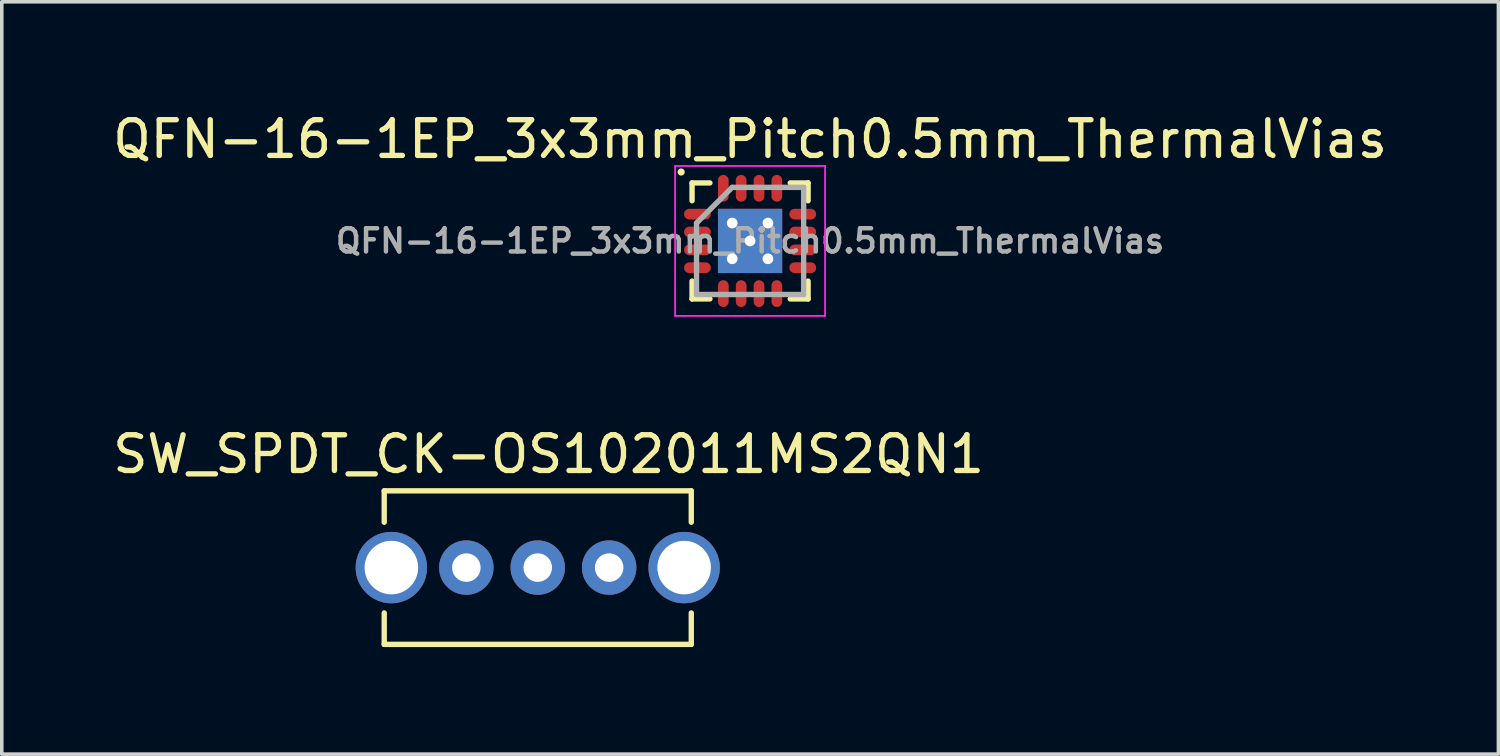
<source format=kicad_pcb>
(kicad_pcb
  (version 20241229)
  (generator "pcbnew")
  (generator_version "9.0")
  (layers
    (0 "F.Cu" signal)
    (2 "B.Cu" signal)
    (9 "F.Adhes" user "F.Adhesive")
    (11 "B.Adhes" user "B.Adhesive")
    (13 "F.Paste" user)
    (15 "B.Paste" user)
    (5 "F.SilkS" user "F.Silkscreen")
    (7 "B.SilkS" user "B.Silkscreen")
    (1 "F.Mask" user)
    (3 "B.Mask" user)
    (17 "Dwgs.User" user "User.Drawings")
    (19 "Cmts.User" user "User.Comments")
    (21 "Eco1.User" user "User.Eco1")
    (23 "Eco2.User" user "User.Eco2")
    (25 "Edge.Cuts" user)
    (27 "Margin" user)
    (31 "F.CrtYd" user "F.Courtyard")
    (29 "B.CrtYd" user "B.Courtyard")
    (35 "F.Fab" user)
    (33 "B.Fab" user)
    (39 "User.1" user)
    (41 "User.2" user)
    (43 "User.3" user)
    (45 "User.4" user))
  (footprint "SW_SPDT_CK-OS102011MS2QN1"
    (layer "F.Cu")
    (at 12.011 12.847)
    (property "Reference" "SW_SPDT_CK-OS102011MS2QN1" (at 0.305 -3.175 0) (layer "F.SilkS") (effects (font (size 1 1) (thickness 0.15))))
    (attr through_hole)
    (fp_line (start -4.3 -2.15) (end -4.3 -1.27) (stroke (width 0.15) (type solid)) (layer "F.SilkS"))
    (fp_line (start -4.3 -2.15) (end 4.3 -2.15) (stroke (width 0.15) (type solid)) (layer "F.SilkS"))
    (fp_line (start -4.3 2.15) (end -4.3 1.27) (stroke (width 0.15) (type solid)) (layer "F.SilkS"))
    (fp_line (start 4.3 -2.15) (end 4.3 -1.27) (stroke (width 0.15) (type solid)) (layer "F.SilkS"))
    (fp_line (start 4.3 1.27) (end 4.3 2.15) (stroke (width 0.15) (type solid)) (layer "F.SilkS"))
    (fp_line (start 4.3 2.15) (end -4.3 2.15) (stroke (width 0.15) (type solid)) (layer "F.SilkS"))
    (pad "" thru_hole circle (at -4.1 0) (size 2 2) (drill 1.5) (layers "*.Cu" "*.Mask"))
    (pad "" thru_hole circle (at 4.1 0) (size 2 2) (drill 1.5) (layers "*.Cu" "*.Mask"))
    (pad "1" thru_hole circle (at -2 0) (size 1.524 1.524) (drill 0.8) (layers "*.Cu" "*.Mask"))
    (pad "2" thru_hole circle (at 0 0) (size 1.524 1.524) (drill 0.8) (layers "*.Cu" "*.Mask"))
    (pad "3" thru_hole circle (at 2 0) (size 1.524 1.524) (drill 0.8) (layers "*.Cu" "*.Mask")))
  (footprint "QFN-16-1EP_3x3mm_Pitch0.5mm_ThermalVias"
    (layer "F.Cu")
    (at 17.958 3.698)
    (property "Reference" "QFN-16-1EP_3x3mm_Pitch0.5mm_ThermalVias" (at 0 -2.85 0) (layer "F.SilkS") (effects (font (size 1 1) (thickness 0.15))))
    (attr smd)
    (fp_line (start -1.625 -1.625) (end -1.625 -1.125) (stroke (width 0.15) (type solid)) (layer "F.SilkS"))
    (fp_line (start -1.625 -1.625) (end -1.125 -1.625) (stroke (width 0.15) (type solid)) (layer "F.SilkS"))
    (fp_line (start -1.625 1.625) (end -1.625 1.125) (stroke (width 0.15) (type solid)) (layer "F.SilkS"))
    (fp_line (start -1.625 1.625) (end -1.125 1.625) (stroke (width 0.15) (type solid)) (layer "F.SilkS"))
    (fp_line (start 1.625 -1.625) (end 1.125 -1.625) (stroke (width 0.15) (type solid)) (layer "F.SilkS"))
    (fp_line (start 1.625 -1.625) (end 1.625 -1.125) (stroke (width 0.15) (type solid)) (layer "F.SilkS"))
    (fp_line (start 1.625 1.625) (end 1.125 1.625) (stroke (width 0.15) (type solid)) (layer "F.SilkS"))
    (fp_line (start 1.625 1.625) (end 1.625 1.125) (stroke (width 0.15) (type solid)) (layer "F.SilkS"))
    (fp_circle (center -1.93 -1.93) (end -1.93 -1.981) (stroke (width 0.1) (type solid)) (fill no) (layer "F.SilkS"))
    (fp_line (start -2.1 -2.1) (end -2.1 2.1) (stroke (width 0.05) (type solid)) (layer "F.CrtYd"))
    (fp_line (start -2.1 -2.1) (end 2.1 -2.1) (stroke (width 0.05) (type solid)) (layer "F.CrtYd"))
    (fp_line (start -2.1 2.1) (end 2.1 2.1) (stroke (width 0.05) (type solid)) (layer "F.CrtYd"))
    (fp_line (start 2.1 -2.1) (end 2.1 2.1) (stroke (width 0.05) (type solid)) (layer "F.CrtYd"))
    (fp_line (start -1.5 -0.5) (end -0.5 -1.5) (stroke (width 0.15) (type solid)) (layer "F.Fab"))
    (fp_line (start -1.5 1.5) (end -1.5 -0.5) (stroke (width 0.15) (type solid)) (layer "F.Fab"))
    (fp_line (start -0.5 -1.5) (end 1.5 -1.5) (stroke (width 0.15) (type solid)) (layer "F.Fab"))
    (fp_line (start 1.5 -1.5) (end 1.5 1.5) (stroke (width 0.15) (type solid)) (layer "F.Fab"))
    (fp_line (start 1.5 1.5) (end -1.5 1.5) (stroke (width 0.15) (type solid)) (layer "F.Fab"))
    (fp_text user "${REFERENCE}" (at 0 0 0) (layer "F.Fab") (effects (font (size 0.65 0.65) (thickness 0.125))))
    (pad "1" smd oval (at -1.475 -0.75) (size 0.75 0.3) (layers "F.Cu" "F.Mask" "F.Paste"))
    (pad "2" smd oval (at -1.475 -0.25) (size 0.75 0.3) (layers "F.Cu" "F.Mask" "F.Paste"))
    (pad "3" smd oval (at -1.475 0.25) (size 0.75 0.3) (layers "F.Cu" "F.Mask" "F.Paste"))
    (pad "4" smd oval (at -1.475 0.75) (size 0.75 0.3) (layers "F.Cu" "F.Mask" "F.Paste"))
    (pad "5" smd oval (at -0.75 1.475 90) (size 0.75 0.3) (layers "F.Cu" "F.Mask" "F.Paste"))
    (pad "6" smd oval (at -0.25 1.475 90) (size 0.75 0.3) (layers "F.Cu" "F.Mask" "F.Paste"))
    (pad "7" smd oval (at 0.25 1.475 90) (size 0.75 0.3) (layers "F.Cu" "F.Mask" "F.Paste"))
    (pad "8" smd oval (at 0.75 1.475 90) (size 0.75 0.3) (layers "F.Cu" "F.Mask" "F.Paste"))
    (pad "9" smd oval (at 1.475 0.75) (size 0.75 0.3) (layers "F.Cu" "F.Mask" "F.Paste"))
    (pad "10" smd oval (at 1.475 0.25) (size 0.75 0.3) (layers "F.Cu" "F.Mask" "F.Paste"))
    (pad "11" smd oval (at 1.475 -0.25) (size 0.75 0.3) (layers "F.Cu" "F.Mask" "F.Paste"))
    (pad "12" smd oval (at 1.475 -0.75) (size 0.75 0.3) (layers "F.Cu" "F.Mask" "F.Paste"))
    (pad "13" smd oval (at 0.75 -1.475 90) (size 0.75 0.3) (layers "F.Cu" "F.Mask" "F.Paste"))
    (pad "14" smd oval (at 0.25 -1.475 90) (size 0.75 0.3) (layers "F.Cu" "F.Mask" "F.Paste"))
    (pad "15" smd oval (at -0.25 -1.475 90) (size 0.75 0.3) (layers "F.Cu" "F.Mask" "F.Paste"))
    (pad "16" smd oval (at -0.75 -1.475 90) (size 0.75 0.3) (layers "F.Cu" "F.Mask" "F.Paste"))
    (pad "17" thru_hole circle (at -0.5 -0.5) (size 0.6 0.6) (drill 0.3) (layers "*.Cu"))
    (pad "17" thru_hole circle (at -0.5 0.5) (size 0.6 0.6) (drill 0.3) (layers "*.Cu"))
    (pad "17" thru_hole rect (at 0 0) (size 1.8 1.8) (drill 0.3) (layers "*.Cu" "*.Mask" "F.Paste"))
    (pad "17" thru_hole circle (at 0.5 -0.5) (size 0.6 0.6) (drill 0.3) (layers "*.Cu"))
    (pad "17" thru_hole circle (at 0.5 0.5) (size 0.6 0.6) (drill 0.3) (layers "*.Cu")))
  (gr_rect
    (start -3 -3)
    (end 38.917 18.072)
    (stroke (width 0.1) (type default))
    (fill no)
    (layer "Edge.Cuts")))
</source>
